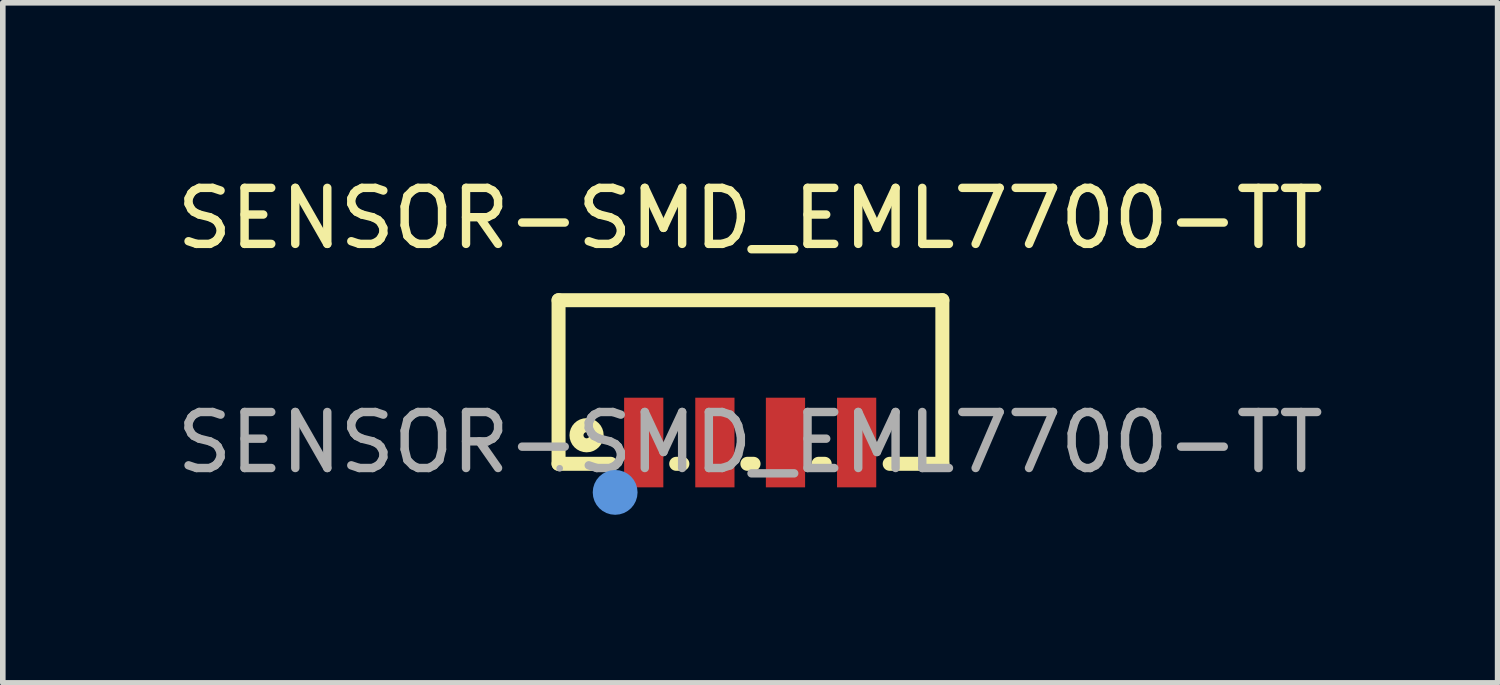
<source format=kicad_pcb>
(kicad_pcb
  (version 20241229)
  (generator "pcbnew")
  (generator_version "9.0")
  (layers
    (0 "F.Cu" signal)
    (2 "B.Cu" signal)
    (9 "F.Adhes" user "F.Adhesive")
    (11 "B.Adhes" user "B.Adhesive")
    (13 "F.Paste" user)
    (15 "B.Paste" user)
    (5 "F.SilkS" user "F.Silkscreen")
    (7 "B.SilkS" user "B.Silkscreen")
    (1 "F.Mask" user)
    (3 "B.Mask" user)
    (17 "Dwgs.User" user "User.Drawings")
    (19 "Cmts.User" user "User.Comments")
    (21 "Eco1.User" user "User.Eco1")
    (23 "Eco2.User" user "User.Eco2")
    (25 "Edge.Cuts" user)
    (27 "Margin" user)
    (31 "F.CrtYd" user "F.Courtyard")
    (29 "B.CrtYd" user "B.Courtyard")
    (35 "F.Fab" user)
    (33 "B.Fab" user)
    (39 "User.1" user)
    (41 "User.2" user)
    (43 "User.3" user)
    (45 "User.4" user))
  (footprint "SENSOR-SMD_EML7700-TT"
    (layer "F.Cu")
    (at 10.339 4.848)
    (property "Reference" "SENSOR-SMD_EML7700-TT" (at 0 -4 0) (layer "F.SilkS") (effects (font (size 1 1) (thickness 0.15))))
    (attr smd)
    (fp_line (start -3.42 -2.54) (end -3.42 0.38) (stroke (width 0.25) (type solid)) (layer "F.SilkS"))
    (fp_line (start -3.42 -2.54) (end 3.43 -2.54) (stroke (width 0.25) (type solid)) (layer "F.SilkS"))
    (fp_line (start -3.42 0.38) (end -2.49 0.38) (stroke (width 0.25) (type solid)) (layer "F.SilkS"))
    (fp_line (start -1.32 0.38) (end -1.21 0.38) (stroke (width 0.25) (type solid)) (layer "F.SilkS"))
    (fp_line (start -0.05 0.38) (end 0.06 0.38) (stroke (width 0.25) (type solid)) (layer "F.SilkS"))
    (fp_line (start 1.22 0.38) (end 1.33 0.38) (stroke (width 0.25) (type solid)) (layer "F.SilkS"))
    (fp_line (start 2.49 0.38) (end 3.43 0.38) (stroke (width 0.25) (type solid)) (layer "F.SilkS"))
    (fp_line (start 3.43 0.38) (end 3.43 -2.54) (stroke (width 0.25) (type solid)) (layer "F.SilkS"))
    (fp_circle (center -2.92 -0.13) (end -2.74 -0.13) (stroke (width 0.25) (type solid)) (fill no) (layer "F.SilkS"))
    (fp_circle (center -2.41 0.89) (end -2.21 0.89) (stroke (width 0.4) (type solid)) (fill no) (layer "Cmts.User"))
    (fp_circle (center -3.4 0.46) (end -3.37 0.46) (stroke (width 0.06) (type solid)) (fill no) (layer "F.Fab"))
    (fp_text user "${REFERENCE}" (at 0 0 0) (layer "F.Fab") (effects (font (size 1 1) (thickness 0.15))))
    (pad "1" smd rect (at -1.9 0) (size 0.7 1.6) (layers "F.Cu" "F.Mask" "F.Paste"))
    (pad "2" smd rect (at -0.63 0) (size 0.7 1.6) (layers "F.Cu" "F.Mask" "F.Paste"))
    (pad "3" smd rect (at 0.63 0) (size 0.7 1.6) (layers "F.Cu" "F.Mask" "F.Paste"))
    (pad "4" smd rect (at 1.9 0) (size 0.7 1.6) (layers "F.Cu" "F.Mask" "F.Paste")))
  (gr_rect
    (start -3 -3)
    (end 23.679 9.138)
    (stroke (width 0.1) (type default))
    (fill no)
    (layer "Edge.Cuts")))
</source>
